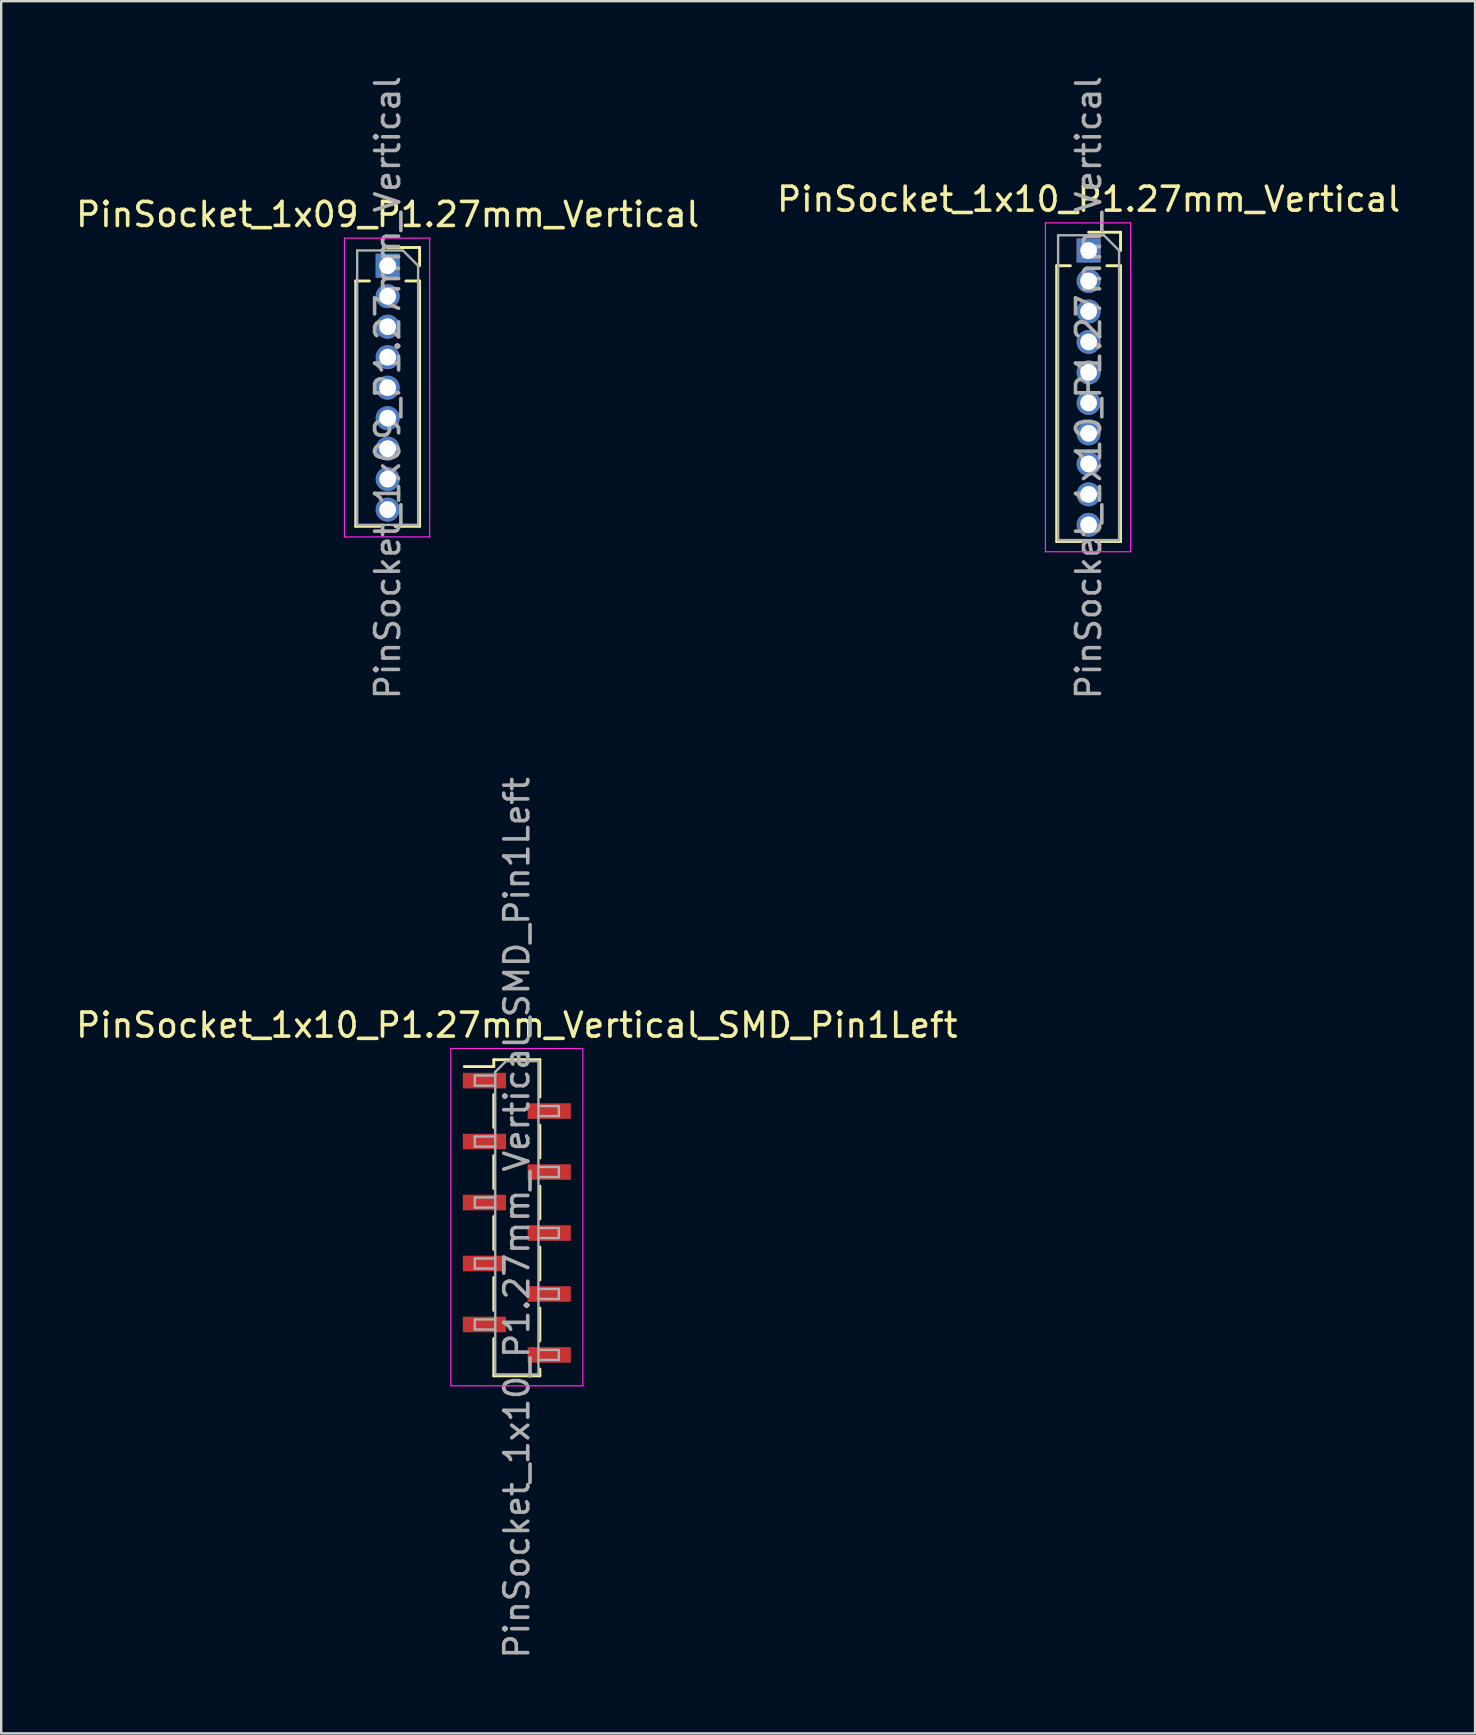
<source format=kicad_pcb>
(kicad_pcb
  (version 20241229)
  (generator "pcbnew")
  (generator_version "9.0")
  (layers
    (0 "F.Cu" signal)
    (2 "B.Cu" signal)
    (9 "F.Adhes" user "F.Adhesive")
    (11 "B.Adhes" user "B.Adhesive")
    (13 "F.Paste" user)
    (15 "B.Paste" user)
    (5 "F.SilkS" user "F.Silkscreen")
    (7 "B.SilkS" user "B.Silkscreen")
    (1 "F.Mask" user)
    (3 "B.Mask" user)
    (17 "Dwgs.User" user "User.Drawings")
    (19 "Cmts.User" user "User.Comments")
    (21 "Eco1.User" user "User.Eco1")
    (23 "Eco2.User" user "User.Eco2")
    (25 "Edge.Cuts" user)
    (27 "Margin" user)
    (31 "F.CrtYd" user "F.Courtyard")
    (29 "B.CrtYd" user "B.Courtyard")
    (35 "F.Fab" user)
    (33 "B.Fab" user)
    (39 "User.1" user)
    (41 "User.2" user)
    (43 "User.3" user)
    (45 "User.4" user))
  (footprint "PinSocket_1x09_P1.27mm_Vertical"
    (layer "F.Cu")
    (at 13.101 8.021)
    (property "Reference" "PinSocket_1x09_P1.27mm_Vertical" (at 0 -2.135 0) (layer "F.SilkS") (effects (font (size 1 1) (thickness 0.15))))
    (attr through_hole)
    (fp_line (start -1.33 0.635) (end -1.33 10.855) (stroke (width 0.12) (type solid)) (layer "F.SilkS"))
    (fp_line (start -1.33 0.635) (end -0.76 0.635) (stroke (width 0.12) (type solid)) (layer "F.SilkS"))
    (fp_line (start -1.33 10.855) (end -0.308 10.855) (stroke (width 0.12) (type solid)) (layer "F.SilkS"))
    (fp_line (start 0 -0.76) (end 1.33 -0.76) (stroke (width 0.12) (type solid)) (layer "F.SilkS"))
    (fp_line (start 0.308 10.855) (end 1.33 10.855) (stroke (width 0.12) (type solid)) (layer "F.SilkS"))
    (fp_line (start 0.76 0.635) (end 1.33 0.635) (stroke (width 0.12) (type solid)) (layer "F.SilkS"))
    (fp_line (start 1.33 -0.76) (end 1.33 0) (stroke (width 0.12) (type solid)) (layer "F.SilkS"))
    (fp_line (start 1.33 0.635) (end 1.33 10.855) (stroke (width 0.12) (type solid)) (layer "F.SilkS"))
    (fp_line (start -1.8 -1.15) (end 1.75 -1.15) (stroke (width 0.05) (type solid)) (layer "F.CrtYd"))
    (fp_line (start -1.8 11.3) (end -1.8 -1.15) (stroke (width 0.05) (type solid)) (layer "F.CrtYd"))
    (fp_line (start 1.75 -1.15) (end 1.75 11.3) (stroke (width 0.05) (type solid)) (layer "F.CrtYd"))
    (fp_line (start 1.75 11.3) (end -1.8 11.3) (stroke (width 0.05) (type solid)) (layer "F.CrtYd"))
    (fp_line (start -1.27 -0.635) (end 0.635 -0.635) (stroke (width 0.1) (type solid)) (layer "F.Fab"))
    (fp_line (start -1.27 10.795) (end -1.27 -0.635) (stroke (width 0.1) (type solid)) (layer "F.Fab"))
    (fp_line (start 0.635 -0.635) (end 1.27 0) (stroke (width 0.1) (type solid)) (layer "F.Fab"))
    (fp_line (start 1.27 0) (end 1.27 10.795) (stroke (width 0.1) (type solid)) (layer "F.Fab"))
    (fp_line (start 1.27 10.795) (end -1.27 10.795) (stroke (width 0.1) (type solid)) (layer "F.Fab"))
    (fp_text user "${REFERENCE}" (at 0 5.08 90) (layer "F.Fab") (effects (font (size 1 1) (thickness 0.15))))
    (pad "1" thru_hole rect (at 0 0) (size 1 1) (drill 0.7) (layers "*.Cu" "*.Mask"))
    (pad "2" thru_hole oval (at 0 1.27) (size 1 1) (drill 0.7) (layers "*.Cu" "*.Mask"))
    (pad "3" thru_hole oval (at 0 2.54) (size 1 1) (drill 0.7) (layers "*.Cu" "*.Mask"))
    (pad "4" thru_hole oval (at 0 3.81) (size 1 1) (drill 0.7) (layers "*.Cu" "*.Mask"))
    (pad "5" thru_hole oval (at 0 5.08) (size 1 1) (drill 0.7) (layers "*.Cu" "*.Mask"))
    (pad "6" thru_hole oval (at 0 6.35) (size 1 1) (drill 0.7) (layers "*.Cu" "*.Mask"))
    (pad "7" thru_hole oval (at 0 7.62) (size 1 1) (drill 0.7) (layers "*.Cu" "*.Mask"))
    (pad "8" thru_hole oval (at 0 8.89) (size 1 1) (drill 0.7) (layers "*.Cu" "*.Mask"))
    (pad "9" thru_hole oval (at 0 10.16) (size 1 1) (drill 0.7) (layers "*.Cu" "*.Mask")))
  (footprint "PinSocket_1x10_P1.27mm_Vertical"
    (layer "F.Cu")
    (at 42.304 7.386)
    (property "Reference" "PinSocket_1x10_P1.27mm_Vertical" (at 0 -2.135 0) (layer "F.SilkS") (effects (font (size 1 1) (thickness 0.15))))
    (attr through_hole)
    (fp_line (start -1.33 0.635) (end -1.33 12.125) (stroke (width 0.12) (type solid)) (layer "F.SilkS"))
    (fp_line (start -1.33 0.635) (end -0.76 0.635) (stroke (width 0.12) (type solid)) (layer "F.SilkS"))
    (fp_line (start -1.33 12.125) (end -0.308 12.125) (stroke (width 0.12) (type solid)) (layer "F.SilkS"))
    (fp_line (start 0 -0.76) (end 1.33 -0.76) (stroke (width 0.12) (type solid)) (layer "F.SilkS"))
    (fp_line (start 0.308 12.125) (end 1.33 12.125) (stroke (width 0.12) (type solid)) (layer "F.SilkS"))
    (fp_line (start 0.76 0.635) (end 1.33 0.635) (stroke (width 0.12) (type solid)) (layer "F.SilkS"))
    (fp_line (start 1.33 -0.76) (end 1.33 0) (stroke (width 0.12) (type solid)) (layer "F.SilkS"))
    (fp_line (start 1.33 0.635) (end 1.33 12.125) (stroke (width 0.12) (type solid)) (layer "F.SilkS"))
    (fp_line (start -1.8 -1.15) (end 1.75 -1.15) (stroke (width 0.05) (type solid)) (layer "F.CrtYd"))
    (fp_line (start -1.8 12.55) (end -1.8 -1.15) (stroke (width 0.05) (type solid)) (layer "F.CrtYd"))
    (fp_line (start 1.75 -1.15) (end 1.75 12.55) (stroke (width 0.05) (type solid)) (layer "F.CrtYd"))
    (fp_line (start 1.75 12.55) (end -1.8 12.55) (stroke (width 0.05) (type solid)) (layer "F.CrtYd"))
    (fp_line (start -1.27 -0.635) (end 0.635 -0.635) (stroke (width 0.1) (type solid)) (layer "F.Fab"))
    (fp_line (start -1.27 12.065) (end -1.27 -0.635) (stroke (width 0.1) (type solid)) (layer "F.Fab"))
    (fp_line (start 0.635 -0.635) (end 1.27 0) (stroke (width 0.1) (type solid)) (layer "F.Fab"))
    (fp_line (start 1.27 0) (end 1.27 12.065) (stroke (width 0.1) (type solid)) (layer "F.Fab"))
    (fp_line (start 1.27 12.065) (end -1.27 12.065) (stroke (width 0.1) (type solid)) (layer "F.Fab"))
    (fp_text user "${REFERENCE}" (at 0 5.715 90) (layer "F.Fab") (effects (font (size 1 1) (thickness 0.15))))
    (pad "1" thru_hole rect (at 0 0) (size 1 1) (drill 0.7) (layers "*.Cu" "*.Mask"))
    (pad "2" thru_hole oval (at 0 1.27) (size 1 1) (drill 0.7) (layers "*.Cu" "*.Mask"))
    (pad "3" thru_hole oval (at 0 2.54) (size 1 1) (drill 0.7) (layers "*.Cu" "*.Mask"))
    (pad "4" thru_hole oval (at 0 3.81) (size 1 1) (drill 0.7) (layers "*.Cu" "*.Mask"))
    (pad "5" thru_hole oval (at 0 5.08) (size 1 1) (drill 0.7) (layers "*.Cu" "*.Mask"))
    (pad "6" thru_hole oval (at 0 6.35) (size 1 1) (drill 0.7) (layers "*.Cu" "*.Mask"))
    (pad "7" thru_hole oval (at 0 7.62) (size 1 1) (drill 0.7) (layers "*.Cu" "*.Mask"))
    (pad "8" thru_hole oval (at 0 8.89) (size 1 1) (drill 0.7) (layers "*.Cu" "*.Mask"))
    (pad "9" thru_hole oval (at 0 10.16) (size 1 1) (drill 0.7) (layers "*.Cu" "*.Mask"))
    (pad "10" thru_hole oval (at 0 11.43) (size 1 1) (drill 0.7) (layers "*.Cu" "*.Mask")))
  (footprint "PinSocket_1x10_P1.27mm_Vertical_SMD_Pin1Left"
    (layer "F.Cu")
    (at 18.482 47.685)
    (property "Reference" "PinSocket_1x10_P1.27mm_Vertical_SMD_Pin1Left" (at 0 -8.025 0) (layer "F.SilkS") (effects (font (size 1 1) (thickness 0.15))))
    (attr smd)
    (fp_line (start -2.19 -6.3) (end -0.96 -6.3) (stroke (width 0.12) (type solid)) (layer "F.SilkS"))
    (fp_line (start -0.96 -6.585) (end -0.96 -6.3) (stroke (width 0.12) (type solid)) (layer "F.SilkS"))
    (fp_line (start -0.96 -6.585) (end 0.96 -6.585) (stroke (width 0.12) (type solid)) (layer "F.SilkS"))
    (fp_line (start -0.96 -5.13) (end -0.96 -3.76) (stroke (width 0.12) (type solid)) (layer "F.SilkS"))
    (fp_line (start -0.96 -2.59) (end -0.96 -1.22) (stroke (width 0.12) (type solid)) (layer "F.SilkS"))
    (fp_line (start -0.96 -0.05) (end -0.96 1.32) (stroke (width 0.12) (type solid)) (layer "F.SilkS"))
    (fp_line (start -0.96 2.49) (end -0.96 3.86) (stroke (width 0.12) (type solid)) (layer "F.SilkS"))
    (fp_line (start -0.96 5.03) (end -0.96 6.585) (stroke (width 0.12) (type solid)) (layer "F.SilkS"))
    (fp_line (start -0.96 6.585) (end 0.96 6.585) (stroke (width 0.12) (type solid)) (layer "F.SilkS"))
    (fp_line (start 0.96 -6.585) (end 0.96 -5.03) (stroke (width 0.12) (type solid)) (layer "F.SilkS"))
    (fp_line (start 0.96 -3.86) (end 0.96 -2.49) (stroke (width 0.12) (type solid)) (layer "F.SilkS"))
    (fp_line (start 0.96 -1.32) (end 0.96 0.05) (stroke (width 0.12) (type solid)) (layer "F.SilkS"))
    (fp_line (start 0.96 1.22) (end 0.96 2.59) (stroke (width 0.12) (type solid)) (layer "F.SilkS"))
    (fp_line (start 0.96 3.76) (end 0.96 5.13) (stroke (width 0.12) (type solid)) (layer "F.SilkS"))
    (fp_line (start 0.96 6.3) (end 0.96 6.585) (stroke (width 0.12) (type solid)) (layer "F.SilkS"))
    (fp_line (start -2.75 -7.05) (end 2.75 -7.05) (stroke (width 0.05) (type solid)) (layer "F.CrtYd"))
    (fp_line (start -2.75 7) (end -2.75 -7.05) (stroke (width 0.05) (type solid)) (layer "F.CrtYd"))
    (fp_line (start 2.75 -7.05) (end 2.75 7) (stroke (width 0.05) (type solid)) (layer "F.CrtYd"))
    (fp_line (start 2.75 7) (end -2.75 7) (stroke (width 0.05) (type solid)) (layer "F.CrtYd"))
    (fp_line (start -1.75 -5.925) (end -0.9 -5.925) (stroke (width 0.1) (type solid)) (layer "F.Fab"))
    (fp_line (start -1.75 -5.505) (end -1.75 -5.925) (stroke (width 0.1) (type solid)) (layer "F.Fab"))
    (fp_line (start -1.75 -3.385) (end -0.9 -3.385) (stroke (width 0.1) (type solid)) (layer "F.Fab"))
    (fp_line (start -1.75 -2.965) (end -1.75 -3.385) (stroke (width 0.1) (type solid)) (layer "F.Fab"))
    (fp_line (start -1.75 -0.845) (end -0.9 -0.845) (stroke (width 0.1) (type solid)) (layer "F.Fab"))
    (fp_line (start -1.75 -0.425) (end -1.75 -0.845) (stroke (width 0.1) (type solid)) (layer "F.Fab"))
    (fp_line (start -1.75 1.695) (end -0.9 1.695) (stroke (width 0.1) (type solid)) (layer "F.Fab"))
    (fp_line (start -1.75 2.115) (end -1.75 1.695) (stroke (width 0.1) (type solid)) (layer "F.Fab"))
    (fp_line (start -1.75 4.235) (end -0.9 4.235) (stroke (width 0.1) (type solid)) (layer "F.Fab"))
    (fp_line (start -1.75 4.655) (end -1.75 4.235) (stroke (width 0.1) (type solid)) (layer "F.Fab"))
    (fp_line (start -0.9 -6.075) (end -0.45 -6.525) (stroke (width 0.1) (type solid)) (layer "F.Fab"))
    (fp_line (start -0.9 -5.505) (end -1.75 -5.505) (stroke (width 0.1) (type solid)) (layer "F.Fab"))
    (fp_line (start -0.9 -2.965) (end -1.75 -2.965) (stroke (width 0.1) (type solid)) (layer "F.Fab"))
    (fp_line (start -0.9 -0.425) (end -1.75 -0.425) (stroke (width 0.1) (type solid)) (layer "F.Fab"))
    (fp_line (start -0.9 2.115) (end -1.75 2.115) (stroke (width 0.1) (type solid)) (layer "F.Fab"))
    (fp_line (start -0.9 4.655) (end -1.75 4.655) (stroke (width 0.1) (type solid)) (layer "F.Fab"))
    (fp_line (start -0.9 6.525) (end -0.9 -6.075) (stroke (width 0.1) (type solid)) (layer "F.Fab"))
    (fp_line (start -0.45 -6.525) (end 0.9 -6.525) (stroke (width 0.1) (type solid)) (layer "F.Fab"))
    (fp_line (start 0.9 -6.525) (end 0.9 6.525) (stroke (width 0.1) (type solid)) (layer "F.Fab"))
    (fp_line (start 0.9 -4.655) (end 1.75 -4.655) (stroke (width 0.1) (type solid)) (layer "F.Fab"))
    (fp_line (start 0.9 -2.115) (end 1.75 -2.115) (stroke (width 0.1) (type solid)) (layer "F.Fab"))
    (fp_line (start 0.9 0.425) (end 1.75 0.425) (stroke (width 0.1) (type solid)) (layer "F.Fab"))
    (fp_line (start 0.9 2.965) (end 1.75 2.965) (stroke (width 0.1) (type solid)) (layer "F.Fab"))
    (fp_line (start 0.9 5.505) (end 1.75 5.505) (stroke (width 0.1) (type solid)) (layer "F.Fab"))
    (fp_line (start 0.9 6.525) (end -0.9 6.525) (stroke (width 0.1) (type solid)) (layer "F.Fab"))
    (fp_line (start 1.75 -4.655) (end 1.75 -4.235) (stroke (width 0.1) (type solid)) (layer "F.Fab"))
    (fp_line (start 1.75 -4.235) (end 0.9 -4.235) (stroke (width 0.1) (type solid)) (layer "F.Fab"))
    (fp_line (start 1.75 -2.115) (end 1.75 -1.695) (stroke (width 0.1) (type solid)) (layer "F.Fab"))
    (fp_line (start 1.75 -1.695) (end 0.9 -1.695) (stroke (width 0.1) (type solid)) (layer "F.Fab"))
    (fp_line (start 1.75 0.425) (end 1.75 0.845) (stroke (width 0.1) (type solid)) (layer "F.Fab"))
    (fp_line (start 1.75 0.845) (end 0.9 0.845) (stroke (width 0.1) (type solid)) (layer "F.Fab"))
    (fp_line (start 1.75 2.965) (end 1.75 3.385) (stroke (width 0.1) (type solid)) (layer "F.Fab"))
    (fp_line (start 1.75 3.385) (end 0.9 3.385) (stroke (width 0.1) (type solid)) (layer "F.Fab"))
    (fp_line (start 1.75 5.505) (end 1.75 5.925) (stroke (width 0.1) (type solid)) (layer "F.Fab"))
    (fp_line (start 1.75 5.925) (end 0.9 5.925) (stroke (width 0.1) (type solid)) (layer "F.Fab"))
    (fp_text user "${REFERENCE}" (at 0 0 90) (layer "F.Fab") (effects (font (size 1 1) (thickness 0.15))))
    (pad "1" smd rect (at -1.35 -5.715) (size 1.8 0.65) (layers "F.Cu" "F.Mask" "F.Paste"))
    (pad "2" smd rect (at 1.35 -4.445) (size 1.8 0.65) (layers "F.Cu" "F.Mask" "F.Paste"))
    (pad "3" smd rect (at -1.35 -3.175) (size 1.8 0.65) (layers "F.Cu" "F.Mask" "F.Paste"))
    (pad "4" smd rect (at 1.35 -1.905) (size 1.8 0.65) (layers "F.Cu" "F.Mask" "F.Paste"))
    (pad "5" smd rect (at -1.35 -0.635) (size 1.8 0.65) (layers "F.Cu" "F.Mask" "F.Paste"))
    (pad "6" smd rect (at 1.35 0.635) (size 1.8 0.65) (layers "F.Cu" "F.Mask" "F.Paste"))
    (pad "7" smd rect (at -1.35 1.905) (size 1.8 0.65) (layers "F.Cu" "F.Mask" "F.Paste"))
    (pad "8" smd rect (at 1.35 3.175) (size 1.8 0.65) (layers "F.Cu" "F.Mask" "F.Paste"))
    (pad "9" smd rect (at -1.35 4.445) (size 1.8 0.65) (layers "F.Cu" "F.Mask" "F.Paste"))
    (pad "10" smd rect (at 1.35 5.715) (size 1.8 0.65) (layers "F.Cu" "F.Mask" "F.Paste")))
  (gr_rect
    (start -3 -3)
    (end 58.405 69.167)
    (stroke (width 0.1) (type default))
    (fill no)
    (layer "Edge.Cuts")))
</source>
